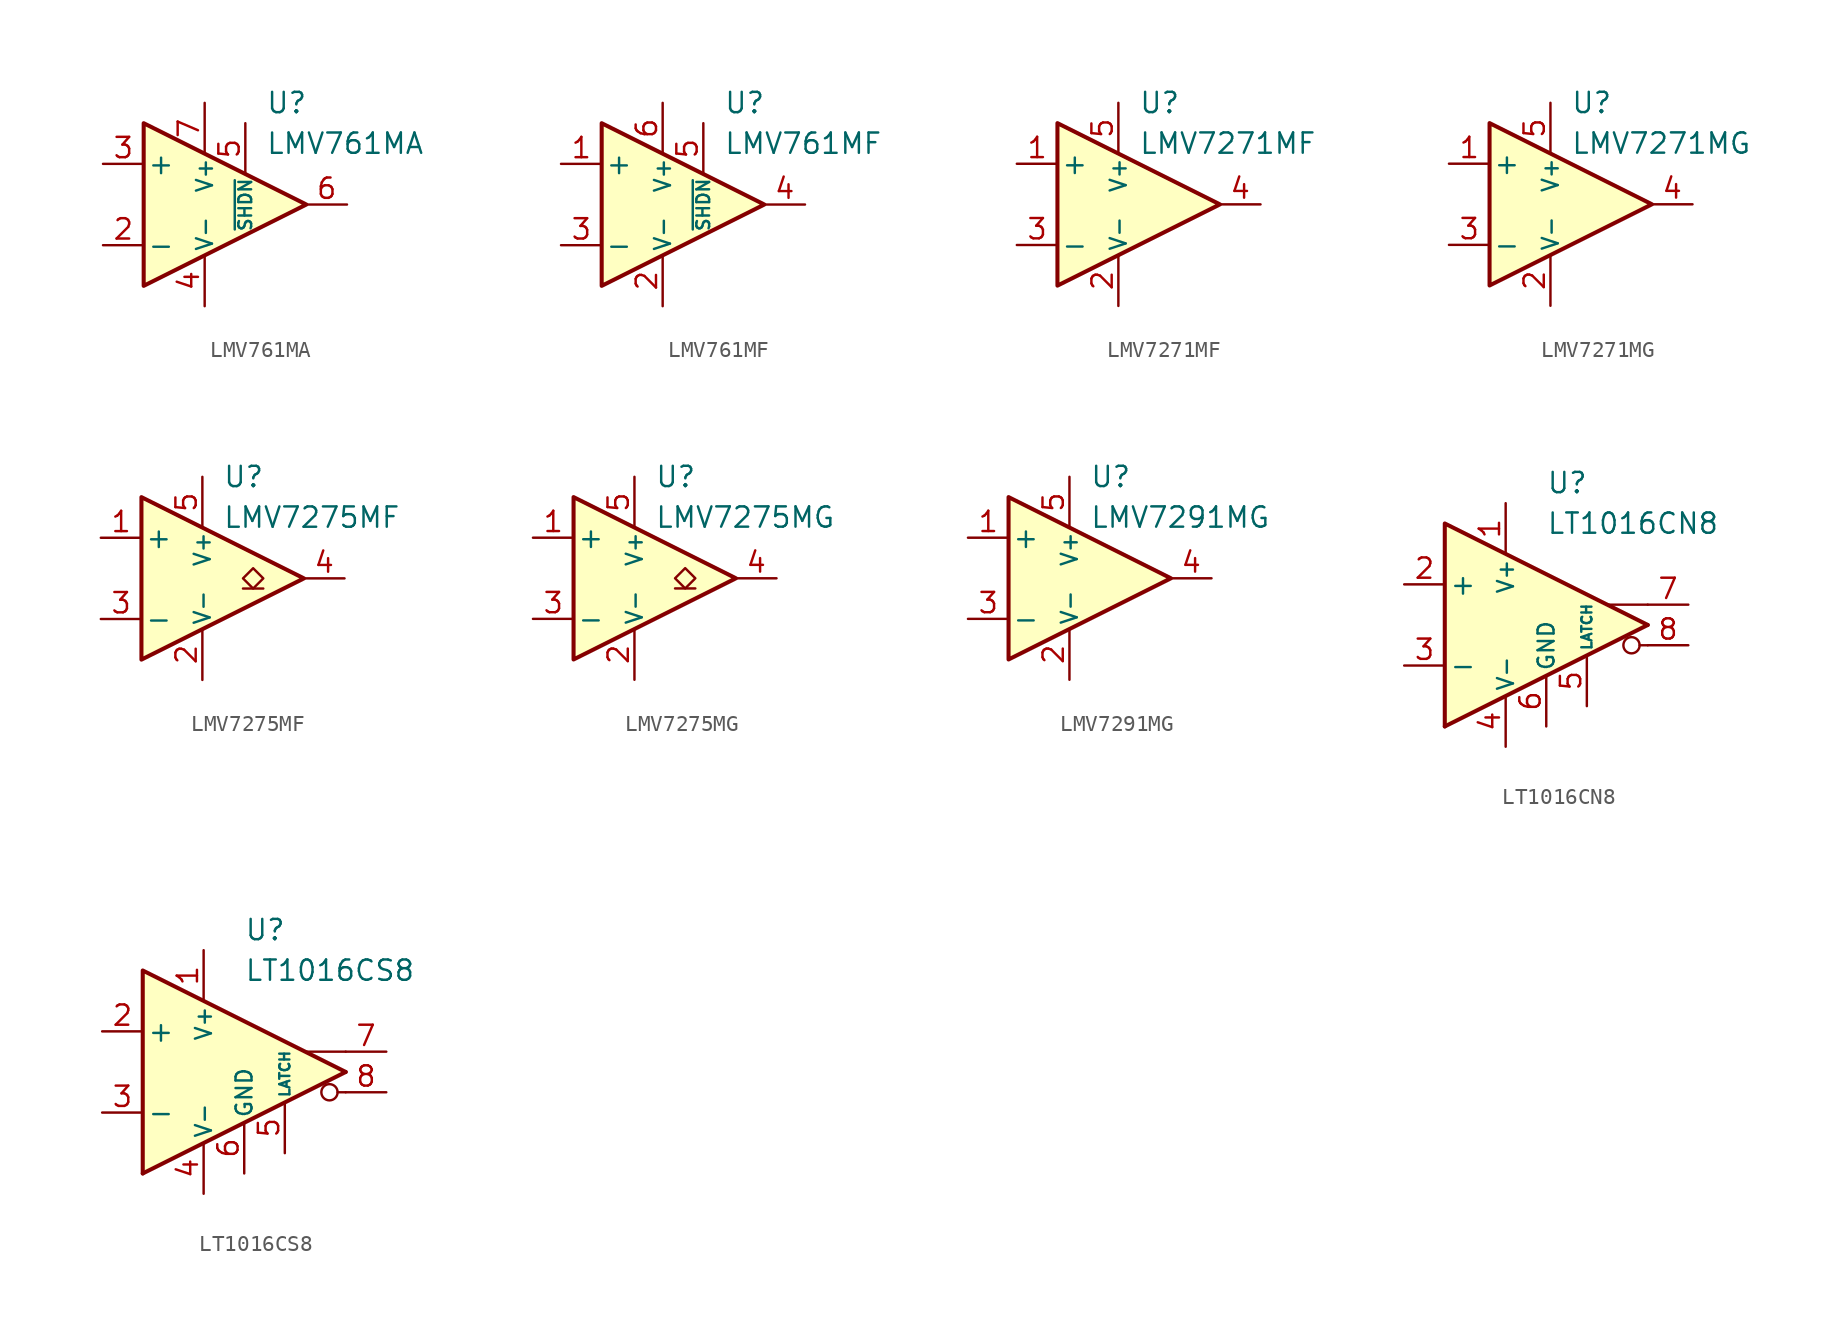
<source format=kicad_sym>
(kicad_symbol_lib
  (version 20211014)
  (generator kicad_symbol_editor)
  (symbol "LMV761MA"
    (pin_names
      (offset 0.2))
    (property "Reference" "U"
      (at 3.81 6.35 0)
      (effects (font (size 1.27 1.27)) (justify left)))
    (property "Value" "LMV761MA"
      (at 3.81 3.81 0)
      (effects (font (size 1.27 1.27)) (justify left)))
    (symbol "LMV761MA_0_1"
      (polyline (pts (xy -3.81 5.08) (xy -3.81 -5.08) (xy 6.35 0) (xy -3.81 5.08)) (stroke (width 0.254) (type default) (color 0 0 0 0)) (fill (type background))))
    (symbol "LMV761MA_1_1"
      (pin no_connect line (at -2.54 1.27 0) (length 2.54) hide (name "NC" (effects (font (size 1.27 1.27)))) (number "1" (effects (font (size 1.27 1.27)))))
      (pin input line (at -6.35 -2.54 0) (length 2.54) (name "-" (effects (font (size 1.27 1.27)))) (number "2" (effects (font (size 1.27 1.27)))))
      (pin input line (at -6.35 2.54 0) (length 2.54) (name "+" (effects (font (size 1.27 1.27)))) (number "3" (effects (font (size 1.27 1.27)))))
      (pin power_in line (at 0 -6.35 90) (length 3.18) (name "V-" (effects (font (size 1 1)))) (number "4" (effects (font (size 1.27 1.27)))))
      (pin input line (at 2.54 5.08 270) (length 3.18) (name "~{SHDN}" (effects (font (size 0.8 0.8)))) (number "5" (effects (font (size 1.27 1.27)))))
      (pin output line (at 8.89 0 180) (length 2.54) (name "~" (effects (font (size 1.27 1.27)))) (number "6" (effects (font (size 1.27 1.27)))))
      (pin power_in line (at 0 6.35 270) (length 3.18) (name "V+" (effects (font (size 1 1)))) (number "7" (effects (font (size 1.27 1.27)))))
      (pin no_connect line (at -2.54 -1.27 0) (length 2.54) hide (name "NC" (effects (font (size 1.27 1.27)))) (number "8" (effects (font (size 1.27 1.27)))))))
  (symbol "LMV761MF"
    (pin_names
      (offset 0.2))
    (property "Reference" "U"
      (at 3.81 6.35 0)
      (effects (font (size 1.27 1.27)) (justify left)))
    (property "Value" "LMV761MF"
      (at 3.81 3.81 0)
      (effects (font (size 1.27 1.27)) (justify left)))
    (symbol "LMV761MF_0_1"
      (polyline (pts (xy -3.81 5.08) (xy -3.81 -5.08) (xy 6.35 0) (xy -3.81 5.08)) (stroke (width 0.254) (type default) (color 0 0 0 0)) (fill (type background))))
    (symbol "LMV761MF_1_1"
      (pin input line (at -6.35 2.54 0) (length 2.54) (name "+" (effects (font (size 1.27 1.27)))) (number "1" (effects (font (size 1.27 1.27)))))
      (pin power_in line (at 0 -6.35 90) (length 3.18) (name "V-" (effects (font (size 1 1)))) (number "2" (effects (font (size 1.27 1.27)))))
      (pin input line (at -6.35 -2.54 0) (length 2.54) (name "-" (effects (font (size 1.27 1.27)))) (number "3" (effects (font (size 1.27 1.27)))))
      (pin output line (at 8.89 0 180) (length 2.54) (name "~" (effects (font (size 1.27 1.27)))) (number "4" (effects (font (size 1.27 1.27)))))
      (pin input line (at 2.54 5.08 270) (length 3.18) (name "~{SHDN}" (effects (font (size 0.8 0.8)))) (number "5" (effects (font (size 1.27 1.27)))))
      (pin power_in line (at 0 6.35 270) (length 3.18) (name "V+" (effects (font (size 1 1)))) (number "6" (effects (font (size 1.27 1.27)))))))
  (symbol "LMV7271MF"
    (pin_names
      (offset 0.2))
    (property "Reference" "U"
      (at 1.27 6.35 0)
      (effects (font (size 1.27 1.27)) (justify left)))
    (property "Value" "LMV7271MF"
      (at 1.27 3.81 0)
      (effects (font (size 1.27 1.27)) (justify left)))
    (symbol "LMV7271MF_0_1"
      (polyline (pts (xy -3.81 5.08) (xy -3.81 -5.08) (xy 6.35 0) (xy -3.81 5.08)) (stroke (width 0.254) (type default) (color 0 0 0 0)) (fill (type background))))
    (symbol "LMV7271MF_1_1"
      (pin input line (at -6.35 2.54 0) (length 2.54) (name "+" (effects (font (size 1.27 1.27)))) (number "1" (effects (font (size 1.27 1.27)))))
      (pin power_in line (at 0 -6.35 90) (length 3.18) (name "V-" (effects (font (size 1 1)))) (number "2" (effects (font (size 1.27 1.27)))))
      (pin input line (at -6.35 -2.54 0) (length 2.54) (name "-" (effects (font (size 1.27 1.27)))) (number "3" (effects (font (size 1.27 1.27)))))
      (pin output line (at 8.89 0 180) (length 2.54) (name "~" (effects (font (size 1.27 1.27)))) (number "4" (effects (font (size 1.27 1.27)))))
      (pin power_in line (at 0 6.35 270) (length 3.18) (name "V+" (effects (font (size 1 1)))) (number "5" (effects (font (size 1.27 1.27)))))))
  (symbol "LMV7271MG"
    (pin_names
      (offset 0.2))
    (property "Reference" "U"
      (at 1.27 6.35 0)
      (effects (font (size 1.27 1.27)) (justify left)))
    (property "Value" "LMV7271MG"
      (at 1.27 3.81 0)
      (effects (font (size 1.27 1.27)) (justify left)))
    (symbol "LMV7271MG_0_1"
      (polyline (pts (xy -3.81 5.08) (xy -3.81 -5.08) (xy 6.35 0) (xy -3.81 5.08)) (stroke (width 0.254) (type default) (color 0 0 0 0)) (fill (type background))))
    (symbol "LMV7271MG_1_1"
      (pin input line (at -6.35 2.54 0) (length 2.54) (name "+" (effects (font (size 1.27 1.27)))) (number "1" (effects (font (size 1.27 1.27)))))
      (pin power_in line (at 0 -6.35 90) (length 3.18) (name "V-" (effects (font (size 1 1)))) (number "2" (effects (font (size 1.27 1.27)))))
      (pin input line (at -6.35 -2.54 0) (length 2.54) (name "-" (effects (font (size 1.27 1.27)))) (number "3" (effects (font (size 1.27 1.27)))))
      (pin output line (at 8.89 0 180) (length 2.54) (name "~" (effects (font (size 1.27 1.27)))) (number "4" (effects (font (size 1.27 1.27)))))
      (pin power_in line (at 0 6.35 270) (length 3.18) (name "V+" (effects (font (size 1 1)))) (number "5" (effects (font (size 1.27 1.27)))))))
  (symbol "LMV7275MF"
    (pin_names
      (offset 0.2))
    (property "Reference" "U"
      (at 1.27 6.35 0)
      (effects (font (size 1.27 1.27)) (justify left)))
    (property "Value" "LMV7275MF"
      (at 1.27 3.81 0)
      (effects (font (size 1.27 1.27)) (justify left)))
    (symbol "LMV7275MF_0_1"
      (polyline (pts (xy -3.81 5.08) (xy -3.81 -5.08) (xy 6.35 0) (xy -3.81 5.08)) (stroke (width 0.254) (type default) (color 0 0 0 0)) (fill (type background))))
    (symbol "LMV7275MF_1_1"
      (polyline (pts (xy 3.81 -0.635) (xy 2.54 -0.635)) (stroke (width 0.152) (type default) (color 0 0 0 0)) (fill (type none)))
      (polyline (pts (xy 3.175 -0.635) (xy 2.54 0) (xy 3.175 0.635) (xy 3.81 0) (xy 3.175 -0.635)) (stroke (width 0.152) (type default) (color 0 0 0 0)) (fill (type none)))
      (pin input line (at -6.35 2.54 0) (length 2.54) (name "+" (effects (font (size 1.27 1.27)))) (number "1" (effects (font (size 1.27 1.27)))))
      (pin power_in line (at 0 -6.35 90) (length 3.18) (name "V-" (effects (font (size 1 1)))) (number "2" (effects (font (size 1.27 1.27)))))
      (pin input line (at -6.35 -2.54 0) (length 2.54) (name "-" (effects (font (size 1.27 1.27)))) (number "3" (effects (font (size 1.27 1.27)))))
      (pin open_collector line (at 8.89 0 180) (length 2.54) (name "~" (effects (font (size 1.27 1.27)))) (number "4" (effects (font (size 1.27 1.27)))))
      (pin power_in line (at 0 6.35 270) (length 3.18) (name "V+" (effects (font (size 1 1)))) (number "5" (effects (font (size 1.27 1.27)))))))
  (symbol "LMV7275MG"
    (pin_names
      (offset 0.2))
    (property "Reference" "U"
      (at 1.27 6.35 0)
      (effects (font (size 1.27 1.27)) (justify left)))
    (property "Value" "LMV7275MG"
      (at 1.27 3.81 0)
      (effects (font (size 1.27 1.27)) (justify left)))
    (symbol "LMV7275MG_0_1"
      (polyline (pts (xy -3.81 5.08) (xy -3.81 -5.08) (xy 6.35 0) (xy -3.81 5.08)) (stroke (width 0.254) (type default) (color 0 0 0 0)) (fill (type background))))
    (symbol "LMV7275MG_1_1"
      (polyline (pts (xy 3.81 -0.635) (xy 2.54 -0.635)) (stroke (width 0.152) (type default) (color 0 0 0 0)) (fill (type none)))
      (polyline (pts (xy 3.175 -0.635) (xy 2.54 0) (xy 3.175 0.635) (xy 3.81 0) (xy 3.175 -0.635)) (stroke (width 0.152) (type default) (color 0 0 0 0)) (fill (type none)))
      (pin input line (at -6.35 2.54 0) (length 2.54) (name "+" (effects (font (size 1.27 1.27)))) (number "1" (effects (font (size 1.27 1.27)))))
      (pin power_in line (at 0 -6.35 90) (length 3.18) (name "V-" (effects (font (size 1 1)))) (number "2" (effects (font (size 1.27 1.27)))))
      (pin input line (at -6.35 -2.54 0) (length 2.54) (name "-" (effects (font (size 1.27 1.27)))) (number "3" (effects (font (size 1.27 1.27)))))
      (pin open_collector line (at 8.89 0 180) (length 2.54) (name "~" (effects (font (size 1.27 1.27)))) (number "4" (effects (font (size 1.27 1.27)))))
      (pin power_in line (at 0 6.35 270) (length 3.18) (name "V+" (effects (font (size 1 1)))) (number "5" (effects (font (size 1.27 1.27)))))))
  (symbol "LMV7291MG"
    (pin_names
      (offset 0.2))
    (property "Reference" "U"
      (at 1.27 6.35 0)
      (effects (font (size 1.27 1.27)) (justify left)))
    (property "Value" "LMV7291MG"
      (at 1.27 3.81 0)
      (effects (font (size 1.27 1.27)) (justify left)))
    (symbol "LMV7291MG_0_1"
      (polyline (pts (xy -3.81 5.08) (xy -3.81 -5.08) (xy 6.35 0) (xy -3.81 5.08)) (stroke (width 0.254) (type default) (color 0 0 0 0)) (fill (type background))))
    (symbol "LMV7291MG_1_1"
      (pin input line (at -6.35 2.54 0) (length 2.54) (name "+" (effects (font (size 1.27 1.27)))) (number "1" (effects (font (size 1.27 1.27)))))
      (pin power_in line (at 0 -6.35 90) (length 3.18) (name "V-" (effects (font (size 1 1)))) (number "2" (effects (font (size 1.27 1.27)))))
      (pin input line (at -6.35 -2.54 0) (length 2.54) (name "-" (effects (font (size 1.27 1.27)))) (number "3" (effects (font (size 1.27 1.27)))))
      (pin output line (at 8.89 0 180) (length 2.54) (name "~" (effects (font (size 1.27 1.27)))) (number "4" (effects (font (size 1.27 1.27)))))
      (pin power_in line (at 0 6.35 270) (length 3.18) (name "V+" (effects (font (size 1 1)))) (number "5" (effects (font (size 1.27 1.27)))))))
  (symbol "LT1016CN8"
    (pin_names
      (offset 0.254))
    (property "Reference" "U"
      (at 0 8.89 0)
      (effects (font (size 1.27 1.27)) (justify left)))
    (property "Value" "LT1016CN8"
      (at 0 6.35 0)
      (effects (font (size 1.27 1.27)) (justify left)))
    (symbol "LT1016CN8_0_0"
      (polyline (pts (xy 6.35 -1.27) (xy 5.842 -1.27)) (stroke (width 0.152) (type default) (color 0 0 0 0)) (fill (type none)))
      (polyline (pts (xy 6.35 0) (xy -6.35 -6.35)) (stroke (width 0.254) (type default) (color 0 0 0 0)) (fill (type none)))
      (polyline (pts (xy 6.35 1.27) (xy 3.81 1.27)) (stroke (width 0.152) (type default) (color 0 0 0 0)) (fill (type none)))
      (polyline (pts (xy 6.35 0) (xy -6.35 6.35) (xy -6.35 -6.35)) (stroke (width 0.254) (type default) (color 0 0 0 0)) (fill (type background)))
      (circle (center 5.334 -1.27) (radius 0.508) (stroke (width 0.152) (type default) (color 0 0 0 0)) (fill (type none))))
    (symbol "LT1016CN8_1_1"
      (pin power_in line (at -2.54 7.62 270) (length 3.18) (name "V+" (effects (font (size 1 1)))) (number "1" (effects (font (size 1.27 1.27)))))
      (pin input line (at -8.89 2.54 0) (length 2.54) (name "+" (effects (font (size 1.27 1.27)))) (number "2" (effects (font (size 1.27 1.27)))))
      (pin input line (at -8.89 -2.54 0) (length 2.54) (name "-" (effects (font (size 1.27 1.27)))) (number "3" (effects (font (size 1.27 1.27)))))
      (pin power_in line (at -2.54 -7.62 90) (length 3.18) (name "V-" (effects (font (size 1 1)))) (number "4" (effects (font (size 1.27 1.27)))))
      (pin input line (at 2.54 -5.08 90) (length 3.18) (name "LATCH" (effects (font (size 0.635 0.635)))) (number "5" (effects (font (size 1.27 1.27)))))
      (pin power_in line (at 0 -6.35 90) (length 3.18) (name "GND" (effects (font (size 1 1)))) (number "6" (effects (font (size 1.27 1.27)))))
      (pin output line (at 8.89 1.27 180) (length 2.54) (name "~" (effects (font (size 1.27 1.27)))) (number "7" (effects (font (size 1.27 1.27)))))
      (pin output line (at 8.89 -1.27 180) (length 2.54) (name "~" (effects (font (size 1.27 1.27)))) (number "8" (effects (font (size 1.27 1.27)))))))
  (symbol "LT1016CS8"
    (pin_names
      (offset 0.254))
    (property "Reference" "U"
      (at 0 8.89 0)
      (effects (font (size 1.27 1.27)) (justify left)))
    (property "Value" "LT1016CS8"
      (at 0 6.35 0)
      (effects (font (size 1.27 1.27)) (justify left)))
    (symbol "LT1016CS8_0_0"
      (polyline (pts (xy 6.35 -1.27) (xy 5.842 -1.27)) (stroke (width 0.152) (type default) (color 0 0 0 0)) (fill (type none)))
      (polyline (pts (xy 6.35 0) (xy -6.35 -6.35)) (stroke (width 0.254) (type default) (color 0 0 0 0)) (fill (type none)))
      (polyline (pts (xy 6.35 1.27) (xy 3.81 1.27)) (stroke (width 0.152) (type default) (color 0 0 0 0)) (fill (type none)))
      (polyline (pts (xy 6.35 0) (xy -6.35 6.35) (xy -6.35 -6.35)) (stroke (width 0.254) (type default) (color 0 0 0 0)) (fill (type background)))
      (circle (center 5.334 -1.27) (radius 0.508) (stroke (width 0.152) (type default) (color 0 0 0 0)) (fill (type none))))
    (symbol "LT1016CS8_1_1"
      (pin power_in line (at -2.54 7.62 270) (length 3.18) (name "V+" (effects (font (size 1 1)))) (number "1" (effects (font (size 1.27 1.27)))))
      (pin input line (at -8.89 2.54 0) (length 2.54) (name "+" (effects (font (size 1.27 1.27)))) (number "2" (effects (font (size 1.27 1.27)))))
      (pin input line (at -8.89 -2.54 0) (length 2.54) (name "-" (effects (font (size 1.27 1.27)))) (number "3" (effects (font (size 1.27 1.27)))))
      (pin power_in line (at -2.54 -7.62 90) (length 3.18) (name "V-" (effects (font (size 1 1)))) (number "4" (effects (font (size 1.27 1.27)))))
      (pin input line (at 2.54 -5.08 90) (length 3.18) (name "LATCH" (effects (font (size 0.635 0.635)))) (number "5" (effects (font (size 1.27 1.27)))))
      (pin power_in line (at 0 -6.35 90) (length 3.18) (name "GND" (effects (font (size 1 1)))) (number "6" (effects (font (size 1.27 1.27)))))
      (pin output line (at 8.89 1.27 180) (length 2.54) (name "~" (effects (font (size 1.27 1.27)))) (number "7" (effects (font (size 1.27 1.27)))))
      (pin output line (at 8.89 -1.27 180) (length 2.54) (name "~" (effects (font (size 1.27 1.27)))) (number "8" (effects (font (size 1.27 1.27))))))))
</source>
